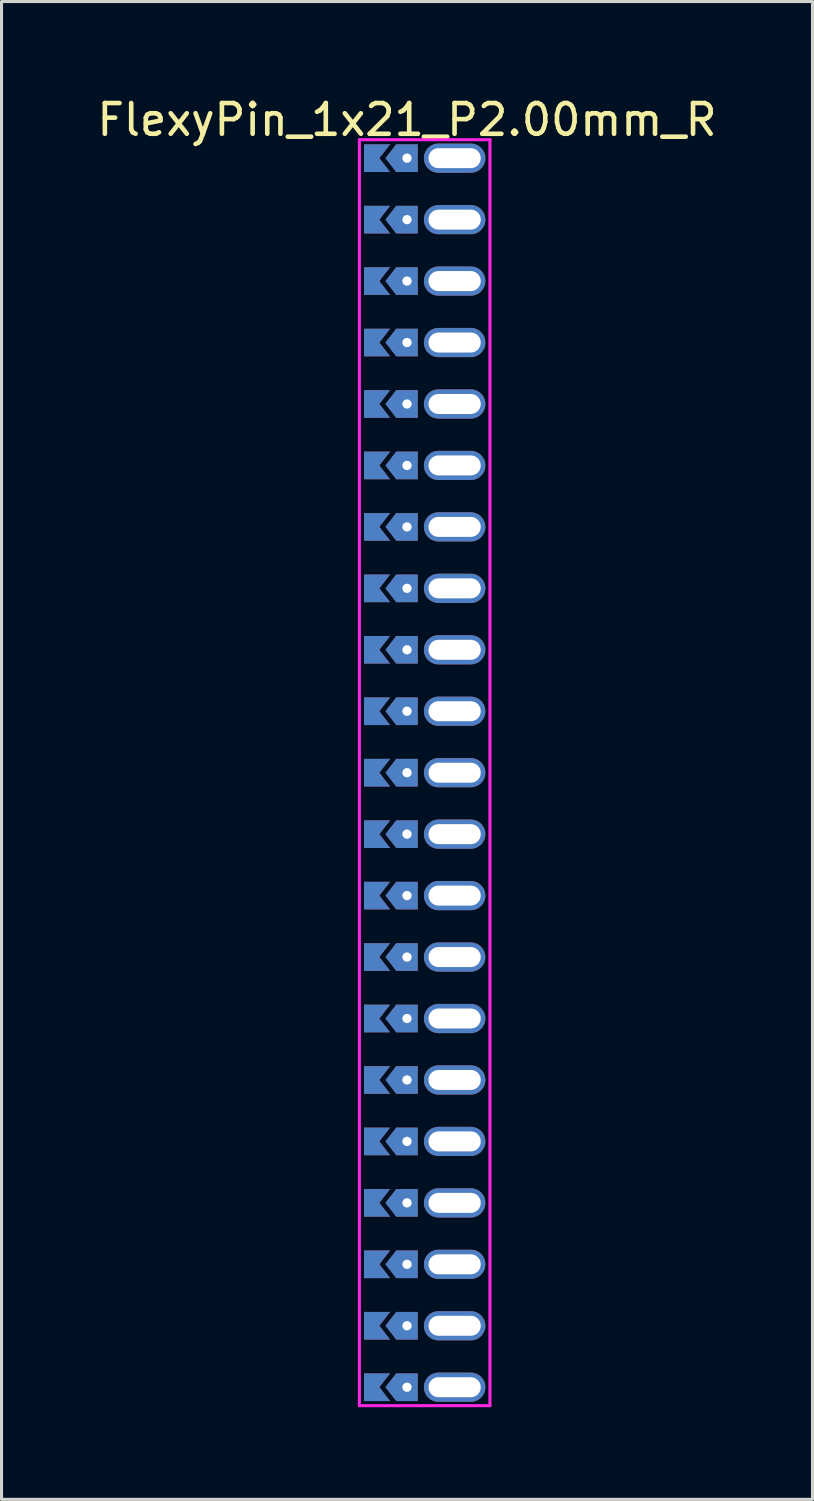
<source format=kicad_pcb>
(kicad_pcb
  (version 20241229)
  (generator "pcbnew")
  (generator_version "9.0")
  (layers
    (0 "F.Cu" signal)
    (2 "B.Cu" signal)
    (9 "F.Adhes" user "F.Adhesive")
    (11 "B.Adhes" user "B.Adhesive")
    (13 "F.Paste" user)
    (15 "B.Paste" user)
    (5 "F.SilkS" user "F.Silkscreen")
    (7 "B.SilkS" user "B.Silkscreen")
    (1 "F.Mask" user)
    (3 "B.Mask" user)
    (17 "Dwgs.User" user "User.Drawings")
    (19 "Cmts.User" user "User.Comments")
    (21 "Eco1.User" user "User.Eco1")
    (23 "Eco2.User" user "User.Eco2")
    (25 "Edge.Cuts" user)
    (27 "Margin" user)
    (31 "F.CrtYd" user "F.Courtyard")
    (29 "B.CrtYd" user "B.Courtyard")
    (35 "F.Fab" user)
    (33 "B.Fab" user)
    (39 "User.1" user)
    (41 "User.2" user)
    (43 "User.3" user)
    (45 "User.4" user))
  (footprint "FlexyPin_1x21_P2.00mm_R"
    (layer "F.Cu")
    (at 10.196 2.098)
    (property "Reference" "FlexyPin_1x21_P2.00mm_R" (at 0 -1.25 0) (layer "F.SilkS") (effects (font (size 1 1) (thickness 0.15))))
    (attr through_hole)
    (fp_line (start -1.55 -0.6) (end 2.7 -0.6) (stroke (width 0.1) (type solid)) (layer "F.CrtYd"))
    (fp_line (start -1.55 40.6) (end -1.55 -0.6) (stroke (width 0.1) (type solid)) (layer "F.CrtYd"))
    (fp_line (start 2.7 -0.6) (end 2.7 40.6) (stroke (width 0.1) (type solid)) (layer "F.CrtYd"))
    (fp_line (start 2.7 40.6) (end -1.55 40.6) (stroke (width 0.1) (type solid)) (layer "F.CrtYd"))
    (pad "" thru_hole custom (at 0 0) (size 0.3 0.3) (drill 0.6) (layers "*.Cu" "*.Mask") (options (anchor rect)) (primitives (gr_poly (pts (xy 0.35 0.45) (xy 0.35 -0.45) (xy -0.35 -0.45) (xy -0.7 0) (xy -0.35 0.45)) (width 0) (fill yes))))
    (pad "" thru_hole custom (at 0 2) (size 0.3 0.3) (drill 0.6) (layers "*.Cu" "*.Mask") (options (anchor rect)) (primitives (gr_poly (pts (xy 0.35 0.45) (xy 0.35 -0.45) (xy -0.35 -0.45) (xy -0.7 0) (xy -0.35 0.45)) (width 0) (fill yes))))
    (pad "" thru_hole custom (at 0 4) (size 0.3 0.3) (drill 0.6) (layers "*.Cu" "*.Mask") (options (anchor rect)) (primitives (gr_poly (pts (xy 0.35 0.45) (xy 0.35 -0.45) (xy -0.35 -0.45) (xy -0.7 0) (xy -0.35 0.45)) (width 0) (fill yes))))
    (pad "" thru_hole custom (at 0 6) (size 0.3 0.3) (drill 0.6) (layers "*.Cu" "*.Mask") (options (anchor rect)) (primitives (gr_poly (pts (xy 0.35 0.45) (xy 0.35 -0.45) (xy -0.35 -0.45) (xy -0.7 0) (xy -0.35 0.45)) (width 0) (fill yes))))
    (pad "" thru_hole custom (at 0 8) (size 0.3 0.3) (drill 0.6) (layers "*.Cu" "*.Mask") (options (anchor rect)) (primitives (gr_poly (pts (xy 0.35 0.45) (xy 0.35 -0.45) (xy -0.35 -0.45) (xy -0.7 0) (xy -0.35 0.45)) (width 0) (fill yes))))
    (pad "" thru_hole custom (at 0 10) (size 0.3 0.3) (drill 0.6) (layers "*.Cu" "*.Mask") (options (anchor rect)) (primitives (gr_poly (pts (xy 0.35 0.45) (xy 0.35 -0.45) (xy -0.35 -0.45) (xy -0.7 0) (xy -0.35 0.45)) (width 0) (fill yes))))
    (pad "" thru_hole custom (at 0 12) (size 0.3 0.3) (drill 0.6) (layers "*.Cu" "*.Mask") (options (anchor rect)) (primitives (gr_poly (pts (xy 0.35 0.45) (xy 0.35 -0.45) (xy -0.35 -0.45) (xy -0.7 0) (xy -0.35 0.45)) (width 0) (fill yes))))
    (pad "" thru_hole custom (at 0 14) (size 0.3 0.3) (drill 0.6) (layers "*.Cu" "*.Mask") (options (anchor rect)) (primitives (gr_poly (pts (xy 0.35 0.45) (xy 0.35 -0.45) (xy -0.35 -0.45) (xy -0.7 0) (xy -0.35 0.45)) (width 0) (fill yes))))
    (pad "" thru_hole custom (at 0 16) (size 0.3 0.3) (drill 0.6) (layers "*.Cu" "*.Mask") (options (anchor rect)) (primitives (gr_poly (pts (xy 0.35 0.45) (xy 0.35 -0.45) (xy -0.35 -0.45) (xy -0.7 0) (xy -0.35 0.45)) (width 0) (fill yes))))
    (pad "" thru_hole custom (at 0 18) (size 0.3 0.3) (drill 0.6) (layers "*.Cu" "*.Mask") (options (anchor rect)) (primitives (gr_poly (pts (xy 0.35 0.45) (xy 0.35 -0.45) (xy -0.35 -0.45) (xy -0.7 0) (xy -0.35 0.45)) (width 0) (fill yes))))
    (pad "" thru_hole custom (at 0 20) (size 0.3 0.3) (drill 0.6) (layers "*.Cu" "*.Mask") (options (anchor rect)) (primitives (gr_poly (pts (xy 0.35 0.45) (xy 0.35 -0.45) (xy -0.35 -0.45) (xy -0.7 0) (xy -0.35 0.45)) (width 0) (fill yes))))
    (pad "" thru_hole custom (at 0 22) (size 0.3 0.3) (drill 0.6) (layers "*.Cu" "*.Mask") (options (anchor rect)) (primitives (gr_poly (pts (xy 0.35 0.45) (xy 0.35 -0.45) (xy -0.35 -0.45) (xy -0.7 0) (xy -0.35 0.45)) (width 0) (fill yes))))
    (pad "" thru_hole custom (at 0 24) (size 0.3 0.3) (drill 0.6) (layers "*.Cu" "*.Mask") (options (anchor rect)) (primitives (gr_poly (pts (xy 0.35 0.45) (xy 0.35 -0.45) (xy -0.35 -0.45) (xy -0.7 0) (xy -0.35 0.45)) (width 0) (fill yes))))
    (pad "" thru_hole custom (at 0 26) (size 0.3 0.3) (drill 0.6) (layers "*.Cu" "*.Mask") (options (anchor rect)) (primitives (gr_poly (pts (xy 0.35 0.45) (xy 0.35 -0.45) (xy -0.35 -0.45) (xy -0.7 0) (xy -0.35 0.45)) (width 0) (fill yes))))
    (pad "" thru_hole custom (at 0 28) (size 0.3 0.3) (drill 0.6) (layers "*.Cu" "*.Mask") (options (anchor rect)) (primitives (gr_poly (pts (xy 0.35 0.45) (xy 0.35 -0.45) (xy -0.35 -0.45) (xy -0.7 0) (xy -0.35 0.45)) (width 0) (fill yes))))
    (pad "" thru_hole custom (at 0 30) (size 0.3 0.3) (drill 0.6) (layers "*.Cu" "*.Mask") (options (anchor rect)) (primitives (gr_poly (pts (xy 0.35 0.45) (xy 0.35 -0.45) (xy -0.35 -0.45) (xy -0.7 0) (xy -0.35 0.45)) (width 0) (fill yes))))
    (pad "" thru_hole custom (at 0 32) (size 0.3 0.3) (drill 0.6) (layers "*.Cu" "*.Mask") (options (anchor rect)) (primitives (gr_poly (pts (xy 0.35 0.45) (xy 0.35 -0.45) (xy -0.35 -0.45) (xy -0.7 0) (xy -0.35 0.45)) (width 0) (fill yes))))
    (pad "" thru_hole custom (at 0 34) (size 0.3 0.3) (drill 0.6) (layers "*.Cu" "*.Mask") (options (anchor rect)) (primitives (gr_poly (pts (xy 0.35 0.45) (xy 0.35 -0.45) (xy -0.35 -0.45) (xy -0.7 0) (xy -0.35 0.45)) (width 0) (fill yes))))
    (pad "" thru_hole custom (at 0 36) (size 0.3 0.3) (drill 0.6) (layers "*.Cu" "*.Mask") (options (anchor rect)) (primitives (gr_poly (pts (xy 0.35 0.45) (xy 0.35 -0.45) (xy -0.35 -0.45) (xy -0.7 0) (xy -0.35 0.45)) (width 0) (fill yes))))
    (pad "" thru_hole custom (at 0 38) (size 0.3 0.3) (drill 0.6) (layers "*.Cu" "*.Mask") (options (anchor rect)) (primitives (gr_poly (pts (xy 0.35 0.45) (xy 0.35 -0.45) (xy -0.35 -0.45) (xy -0.7 0) (xy -0.35 0.45)) (width 0) (fill yes))))
    (pad "" thru_hole custom (at 0 40) (size 0.3 0.3) (drill 0.6) (layers "*.Cu" "*.Mask") (options (anchor rect)) (primitives (gr_poly (pts (xy 0.35 0.45) (xy 0.35 -0.45) (xy -0.35 -0.45) (xy -0.7 0) (xy -0.35 0.45)) (width 0) (fill yes))))
    (pad "" thru_hole oval (at 1.55 0) (size 2 0.95) (drill oval 1.7 0.65) (layers "*.Cu" "*.Mask"))
    (pad "" thru_hole oval (at 1.55 2) (size 2 0.95) (drill oval 1.7 0.65) (layers "*.Cu" "*.Mask"))
    (pad "" thru_hole oval (at 1.55 4) (size 2 0.95) (drill oval 1.7 0.65) (layers "*.Cu" "*.Mask"))
    (pad "" thru_hole oval (at 1.55 6) (size 2 0.95) (drill oval 1.7 0.65) (layers "*.Cu" "*.Mask"))
    (pad "" thru_hole oval (at 1.55 8) (size 2 0.95) (drill oval 1.7 0.65) (layers "*.Cu" "*.Mask"))
    (pad "" thru_hole oval (at 1.55 10) (size 2 0.95) (drill oval 1.7 0.65) (layers "*.Cu" "*.Mask"))
    (pad "" thru_hole oval (at 1.55 12) (size 2 0.95) (drill oval 1.7 0.65) (layers "*.Cu" "*.Mask"))
    (pad "" thru_hole oval (at 1.55 14) (size 2 0.95) (drill oval 1.7 0.65) (layers "*.Cu" "*.Mask"))
    (pad "" thru_hole oval (at 1.55 16) (size 2 0.95) (drill oval 1.7 0.65) (layers "*.Cu" "*.Mask"))
    (pad "" thru_hole oval (at 1.55 18) (size 2 0.95) (drill oval 1.7 0.65) (layers "*.Cu" "*.Mask"))
    (pad "" thru_hole oval (at 1.55 20) (size 2 0.95) (drill oval 1.7 0.65) (layers "*.Cu" "*.Mask"))
    (pad "" thru_hole oval (at 1.55 22) (size 2 0.95) (drill oval 1.7 0.65) (layers "*.Cu" "*.Mask"))
    (pad "" thru_hole oval (at 1.55 24) (size 2 0.95) (drill oval 1.7 0.65) (layers "*.Cu" "*.Mask"))
    (pad "" thru_hole oval (at 1.55 26) (size 2 0.95) (drill oval 1.7 0.65) (layers "*.Cu" "*.Mask"))
    (pad "" thru_hole oval (at 1.55 28) (size 2 0.95) (drill oval 1.7 0.65) (layers "*.Cu" "*.Mask"))
    (pad "" thru_hole oval (at 1.55 30) (size 2 0.95) (drill oval 1.7 0.65) (layers "*.Cu" "*.Mask"))
    (pad "" thru_hole oval (at 1.55 32) (size 2 0.95) (drill oval 1.7 0.65) (layers "*.Cu" "*.Mask"))
    (pad "" thru_hole oval (at 1.55 34) (size 2 0.95) (drill oval 1.7 0.65) (layers "*.Cu" "*.Mask"))
    (pad "" thru_hole oval (at 1.55 36) (size 2 0.95) (drill oval 1.7 0.65) (layers "*.Cu" "*.Mask"))
    (pad "" thru_hole oval (at 1.55 38) (size 2 0.95) (drill oval 1.7 0.65) (layers "*.Cu" "*.Mask"))
    (pad "" thru_hole oval (at 1.55 40) (size 2 0.95) (drill oval 1.7 0.65) (layers "*.Cu" "*.Mask"))
    (pad "1" smd custom (at -0.9 0) (size 0.01 0.01) (layers "F.Cu" "F.Mask") (options (anchor rect)) (primitives (gr_poly (pts (xy 0 0) (xy 0.35 0.45) (xy -0.5 0.45) (xy -0.5 -0.45) (xy 0.35 -0.45)) (width 0) (fill yes))))
    (pad "1" smd custom (at -0.9 2) (size 0.01 0.01) (layers "F.Cu" "F.Mask") (options (anchor rect)) (primitives (gr_poly (pts (xy 0 0) (xy 0.35 0.45) (xy -0.5 0.45) (xy -0.5 -0.45) (xy 0.35 -0.45)) (width 0) (fill yes))))
    (pad "1" smd custom (at -0.9 4) (size 0.01 0.01) (layers "F.Cu" "F.Mask") (options (anchor rect)) (primitives (gr_poly (pts (xy 0 0) (xy 0.35 0.45) (xy -0.5 0.45) (xy -0.5 -0.45) (xy 0.35 -0.45)) (width 0) (fill yes))))
    (pad "1" smd custom (at -0.9 6) (size 0.01 0.01) (layers "F.Cu" "F.Mask") (options (anchor rect)) (primitives (gr_poly (pts (xy 0 0) (xy 0.35 0.45) (xy -0.5 0.45) (xy -0.5 -0.45) (xy 0.35 -0.45)) (width 0) (fill yes))))
    (pad "1" smd custom (at -0.9 8) (size 0.01 0.01) (layers "F.Cu" "F.Mask") (options (anchor rect)) (primitives (gr_poly (pts (xy 0 0) (xy 0.35 0.45) (xy -0.5 0.45) (xy -0.5 -0.45) (xy 0.35 -0.45)) (width 0) (fill yes))))
    (pad "1" smd custom (at -0.9 10) (size 0.01 0.01) (layers "F.Cu" "F.Mask") (options (anchor rect)) (primitives (gr_poly (pts (xy 0 0) (xy 0.35 0.45) (xy -0.5 0.45) (xy -0.5 -0.45) (xy 0.35 -0.45)) (width 0) (fill yes))))
    (pad "1" smd custom (at -0.9 12) (size 0.01 0.01) (layers "F.Cu" "F.Mask") (options (anchor rect)) (primitives (gr_poly (pts (xy 0 0) (xy 0.35 0.45) (xy -0.5 0.45) (xy -0.5 -0.45) (xy 0.35 -0.45)) (width 0) (fill yes))))
    (pad "1" smd custom (at -0.9 14) (size 0.01 0.01) (layers "F.Cu" "F.Mask") (options (anchor rect)) (primitives (gr_poly (pts (xy 0 0) (xy 0.35 0.45) (xy -0.5 0.45) (xy -0.5 -0.45) (xy 0.35 -0.45)) (width 0) (fill yes))))
    (pad "1" smd custom (at -0.9 16) (size 0.01 0.01) (layers "F.Cu" "F.Mask") (options (anchor rect)) (primitives (gr_poly (pts (xy 0 0) (xy 0.35 0.45) (xy -0.5 0.45) (xy -0.5 -0.45) (xy 0.35 -0.45)) (width 0) (fill yes))))
    (pad "1" smd custom (at -0.9 18) (size 0.01 0.01) (layers "F.Cu" "F.Mask") (options (anchor rect)) (primitives (gr_poly (pts (xy 0 0) (xy 0.35 0.45) (xy -0.5 0.45) (xy -0.5 -0.45) (xy 0.35 -0.45)) (width 0) (fill yes))))
    (pad "1" smd custom (at -0.9 20) (size 0.01 0.01) (layers "F.Cu" "F.Mask") (options (anchor rect)) (primitives (gr_poly (pts (xy 0 0) (xy 0.35 0.45) (xy -0.5 0.45) (xy -0.5 -0.45) (xy 0.35 -0.45)) (width 0) (fill yes))))
    (pad "1" smd custom (at -0.9 22) (size 0.01 0.01) (layers "F.Cu" "F.Mask") (options (anchor rect)) (primitives (gr_poly (pts (xy 0 0) (xy 0.35 0.45) (xy -0.5 0.45) (xy -0.5 -0.45) (xy 0.35 -0.45)) (width 0) (fill yes))))
    (pad "1" smd custom (at -0.9 24) (size 0.01 0.01) (layers "F.Cu" "F.Mask") (options (anchor rect)) (primitives (gr_poly (pts (xy 0 0) (xy 0.35 0.45) (xy -0.5 0.45) (xy -0.5 -0.45) (xy 0.35 -0.45)) (width 0) (fill yes))))
    (pad "1" smd custom (at -0.9 26) (size 0.01 0.01) (layers "F.Cu" "F.Mask") (options (anchor rect)) (primitives (gr_poly (pts (xy 0 0) (xy 0.35 0.45) (xy -0.5 0.45) (xy -0.5 -0.45) (xy 0.35 -0.45)) (width 0) (fill yes))))
    (pad "1" smd custom (at -0.9 28) (size 0.01 0.01) (layers "F.Cu" "F.Mask") (options (anchor rect)) (primitives (gr_poly (pts (xy 0 0) (xy 0.35 0.45) (xy -0.5 0.45) (xy -0.5 -0.45) (xy 0.35 -0.45)) (width 0) (fill yes))))
    (pad "1" smd custom (at -0.9 30) (size 0.01 0.01) (layers "F.Cu" "F.Mask") (options (anchor rect)) (primitives (gr_poly (pts (xy 0 0) (xy 0.35 0.45) (xy -0.5 0.45) (xy -0.5 -0.45) (xy 0.35 -0.45)) (width 0) (fill yes))))
    (pad "1" smd custom (at -0.9 32) (size 0.01 0.01) (layers "F.Cu" "F.Mask") (options (anchor rect)) (primitives (gr_poly (pts (xy 0 0) (xy 0.35 0.45) (xy -0.5 0.45) (xy -0.5 -0.45) (xy 0.35 -0.45)) (width 0) (fill yes))))
    (pad "1" smd custom (at -0.9 34) (size 0.01 0.01) (layers "F.Cu" "F.Mask") (options (anchor rect)) (primitives (gr_poly (pts (xy 0 0) (xy 0.35 0.45) (xy -0.5 0.45) (xy -0.5 -0.45) (xy 0.35 -0.45)) (width 0) (fill yes))))
    (pad "1" smd custom (at -0.9 36) (size 0.01 0.01) (layers "F.Cu" "F.Mask") (options (anchor rect)) (primitives (gr_poly (pts (xy 0 0) (xy 0.35 0.45) (xy -0.5 0.45) (xy -0.5 -0.45) (xy 0.35 -0.45)) (width 0) (fill yes))))
    (pad "1" smd custom (at -0.9 38) (size 0.01 0.01) (layers "F.Cu" "F.Mask") (options (anchor rect)) (primitives (gr_poly (pts (xy 0 0) (xy 0.35 0.45) (xy -0.5 0.45) (xy -0.5 -0.45) (xy 0.35 -0.45)) (width 0) (fill yes))))
    (pad "1" smd custom (at -0.9 40) (size 0.01 0.01) (layers "F.Cu" "F.Mask") (options (anchor rect)) (primitives (gr_poly (pts (xy 0 0) (xy 0.35 0.45) (xy -0.5 0.45) (xy -0.5 -0.45) (xy 0.35 -0.45)) (width 0) (fill yes))))
    (pad "2" smd custom (at -0.9 0) (size 0.01 0.01) (layers "B.Cu" "B.Mask") (options (anchor rect)) (primitives (gr_poly (pts (xy 0 0) (xy 0.35 0.45) (xy -0.5 0.45) (xy -0.5 -0.45) (xy 0.35 -0.45)) (width 0) (fill yes))))
    (pad "2" smd custom (at -0.9 2) (size 0.01 0.01) (layers "B.Cu" "B.Mask") (options (anchor rect)) (primitives (gr_poly (pts (xy 0 0) (xy 0.35 0.45) (xy -0.5 0.45) (xy -0.5 -0.45) (xy 0.35 -0.45)) (width 0) (fill yes))))
    (pad "2" smd custom (at -0.9 4) (size 0.01 0.01) (layers "B.Cu" "B.Mask") (options (anchor rect)) (primitives (gr_poly (pts (xy 0 0) (xy 0.35 0.45) (xy -0.5 0.45) (xy -0.5 -0.45) (xy 0.35 -0.45)) (width 0) (fill yes))))
    (pad "2" smd custom (at -0.9 6) (size 0.01 0.01) (layers "B.Cu" "B.Mask") (options (anchor rect)) (primitives (gr_poly (pts (xy 0 0) (xy 0.35 0.45) (xy -0.5 0.45) (xy -0.5 -0.45) (xy 0.35 -0.45)) (width 0) (fill yes))))
    (pad "2" smd custom (at -0.9 8) (size 0.01 0.01) (layers "B.Cu" "B.Mask") (options (anchor rect)) (primitives (gr_poly (pts (xy 0 0) (xy 0.35 0.45) (xy -0.5 0.45) (xy -0.5 -0.45) (xy 0.35 -0.45)) (width 0) (fill yes))))
    (pad "2" smd custom (at -0.9 10) (size 0.01 0.01) (layers "B.Cu" "B.Mask") (options (anchor rect)) (primitives (gr_poly (pts (xy 0 0) (xy 0.35 0.45) (xy -0.5 0.45) (xy -0.5 -0.45) (xy 0.35 -0.45)) (width 0) (fill yes))))
    (pad "2" smd custom (at -0.9 12) (size 0.01 0.01) (layers "B.Cu" "B.Mask") (options (anchor rect)) (primitives (gr_poly (pts (xy 0 0) (xy 0.35 0.45) (xy -0.5 0.45) (xy -0.5 -0.45) (xy 0.35 -0.45)) (width 0) (fill yes))))
    (pad "2" smd custom (at -0.9 14) (size 0.01 0.01) (layers "B.Cu" "B.Mask") (options (anchor rect)) (primitives (gr_poly (pts (xy 0 0) (xy 0.35 0.45) (xy -0.5 0.45) (xy -0.5 -0.45) (xy 0.35 -0.45)) (width 0) (fill yes))))
    (pad "2" smd custom (at -0.9 16) (size 0.01 0.01) (layers "B.Cu" "B.Mask") (options (anchor rect)) (primitives (gr_poly (pts (xy 0 0) (xy 0.35 0.45) (xy -0.5 0.45) (xy -0.5 -0.45) (xy 0.35 -0.45)) (width 0) (fill yes))))
    (pad "2" smd custom (at -0.9 18) (size 0.01 0.01) (layers "B.Cu" "B.Mask") (options (anchor rect)) (primitives (gr_poly (pts (xy 0 0) (xy 0.35 0.45) (xy -0.5 0.45) (xy -0.5 -0.45) (xy 0.35 -0.45)) (width 0) (fill yes))))
    (pad "2" smd custom (at -0.9 20) (size 0.01 0.01) (layers "B.Cu" "B.Mask") (options (anchor rect)) (primitives (gr_poly (pts (xy 0 0) (xy 0.35 0.45) (xy -0.5 0.45) (xy -0.5 -0.45) (xy 0.35 -0.45)) (width 0) (fill yes))))
    (pad "2" smd custom (at -0.9 22) (size 0.01 0.01) (layers "B.Cu" "B.Mask") (options (anchor rect)) (primitives (gr_poly (pts (xy 0 0) (xy 0.35 0.45) (xy -0.5 0.45) (xy -0.5 -0.45) (xy 0.35 -0.45)) (width 0) (fill yes))))
    (pad "2" smd custom (at -0.9 24) (size 0.01 0.01) (layers "B.Cu" "B.Mask") (options (anchor rect)) (primitives (gr_poly (pts (xy 0 0) (xy 0.35 0.45) (xy -0.5 0.45) (xy -0.5 -0.45) (xy 0.35 -0.45)) (width 0) (fill yes))))
    (pad "2" smd custom (at -0.9 26) (size 0.01 0.01) (layers "B.Cu" "B.Mask") (options (anchor rect)) (primitives (gr_poly (pts (xy 0 0) (xy 0.35 0.45) (xy -0.5 0.45) (xy -0.5 -0.45) (xy 0.35 -0.45)) (width 0) (fill yes))))
    (pad "2" smd custom (at -0.9 28) (size 0.01 0.01) (layers "B.Cu" "B.Mask") (options (anchor rect)) (primitives (gr_poly (pts (xy 0 0) (xy 0.35 0.45) (xy -0.5 0.45) (xy -0.5 -0.45) (xy 0.35 -0.45)) (width 0) (fill yes))))
    (pad "2" smd custom (at -0.9 30) (size 0.01 0.01) (layers "B.Cu" "B.Mask") (options (anchor rect)) (primitives (gr_poly (pts (xy 0 0) (xy 0.35 0.45) (xy -0.5 0.45) (xy -0.5 -0.45) (xy 0.35 -0.45)) (width 0) (fill yes))))
    (pad "2" smd custom (at -0.9 32) (size 0.01 0.01) (layers "B.Cu" "B.Mask") (options (anchor rect)) (primitives (gr_poly (pts (xy 0 0) (xy 0.35 0.45) (xy -0.5 0.45) (xy -0.5 -0.45) (xy 0.35 -0.45)) (width 0) (fill yes))))
    (pad "2" smd custom (at -0.9 34) (size 0.01 0.01) (layers "B.Cu" "B.Mask") (options (anchor rect)) (primitives (gr_poly (pts (xy 0 0) (xy 0.35 0.45) (xy -0.5 0.45) (xy -0.5 -0.45) (xy 0.35 -0.45)) (width 0) (fill yes))))
    (pad "2" smd custom (at -0.9 36) (size 0.01 0.01) (layers "B.Cu" "B.Mask") (options (anchor rect)) (primitives (gr_poly (pts (xy 0 0) (xy 0.35 0.45) (xy -0.5 0.45) (xy -0.5 -0.45) (xy 0.35 -0.45)) (width 0) (fill yes))))
    (pad "2" smd custom (at -0.9 38) (size 0.01 0.01) (layers "B.Cu" "B.Mask") (options (anchor rect)) (primitives (gr_poly (pts (xy 0 0) (xy 0.35 0.45) (xy -0.5 0.45) (xy -0.5 -0.45) (xy 0.35 -0.45)) (width 0) (fill yes))))
    (pad "2" smd custom (at -0.9 40) (size 0.01 0.01) (layers "B.Cu" "B.Mask") (options (anchor rect)) (primitives (gr_poly (pts (xy 0 0) (xy 0.35 0.45) (xy -0.5 0.45) (xy -0.5 -0.45) (xy 0.35 -0.45)) (width 0) (fill yes)))))
  (gr_rect
    (start -3 -3)
    (end 23.393 45.748)
    (stroke (width 0.1) (type default))
    (fill no)
    (layer "Edge.Cuts")))
</source>
